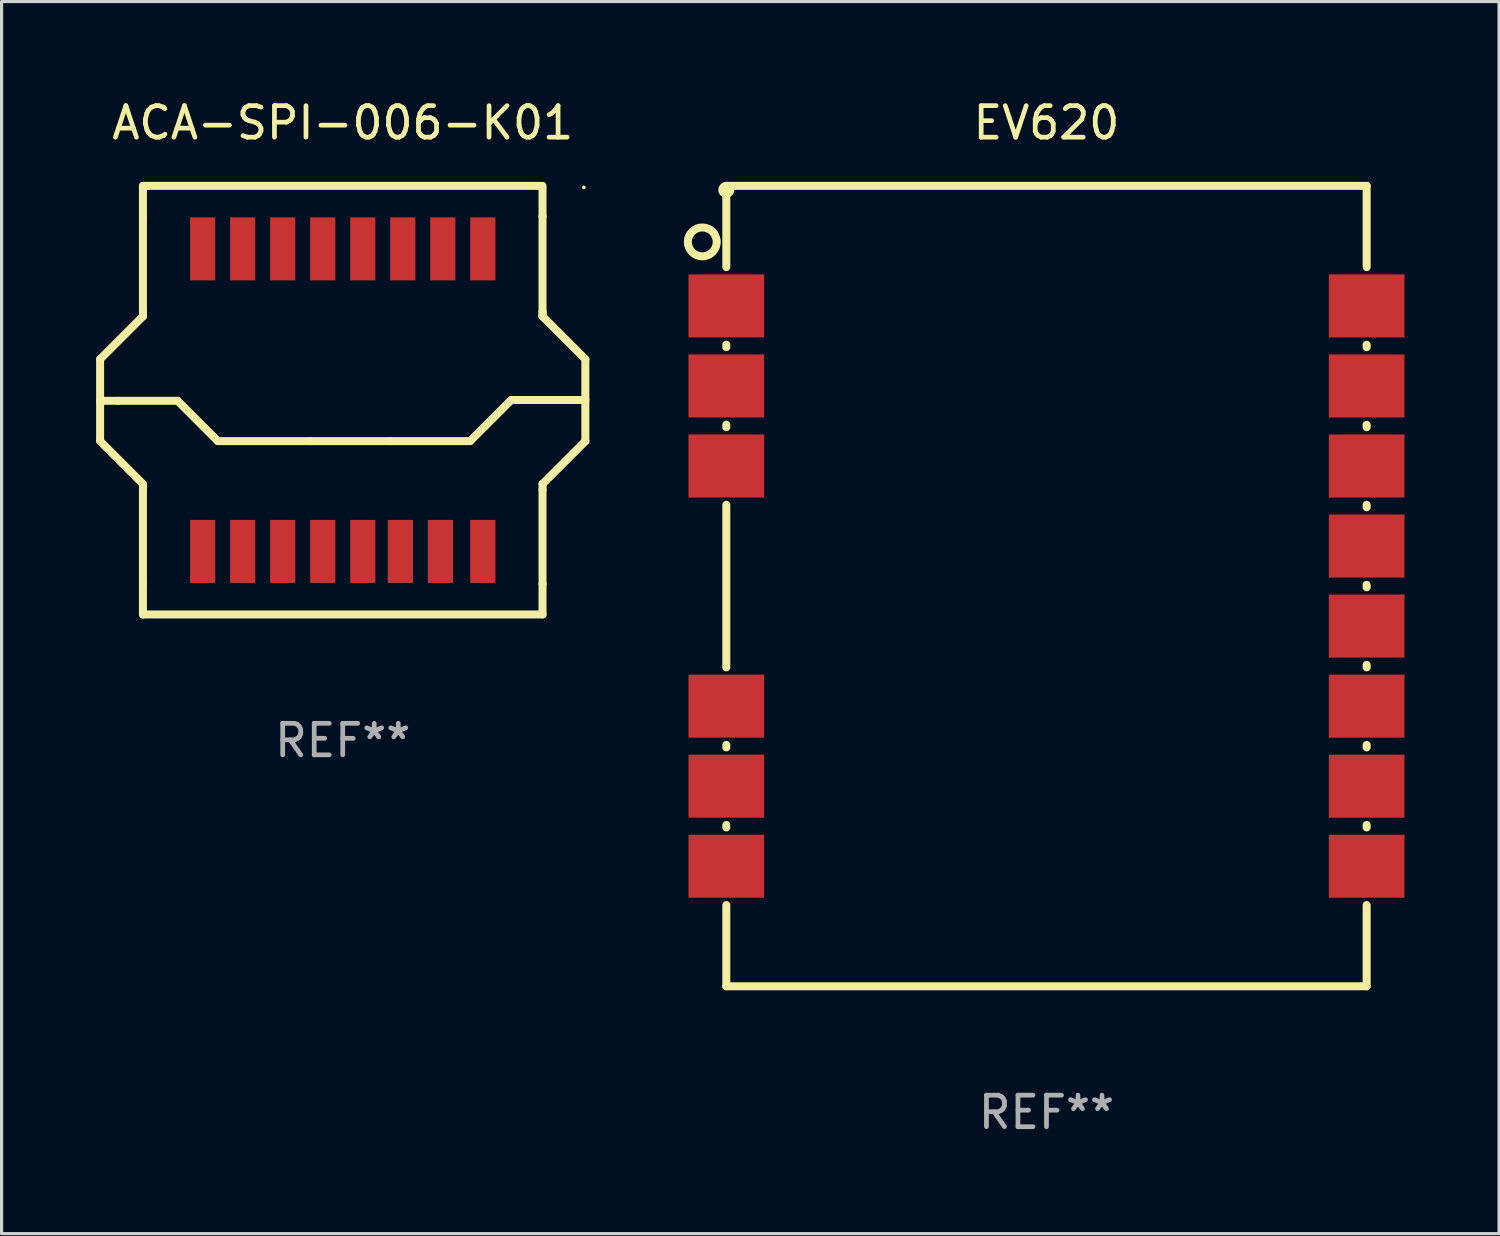
<source format=kicad_pcb>
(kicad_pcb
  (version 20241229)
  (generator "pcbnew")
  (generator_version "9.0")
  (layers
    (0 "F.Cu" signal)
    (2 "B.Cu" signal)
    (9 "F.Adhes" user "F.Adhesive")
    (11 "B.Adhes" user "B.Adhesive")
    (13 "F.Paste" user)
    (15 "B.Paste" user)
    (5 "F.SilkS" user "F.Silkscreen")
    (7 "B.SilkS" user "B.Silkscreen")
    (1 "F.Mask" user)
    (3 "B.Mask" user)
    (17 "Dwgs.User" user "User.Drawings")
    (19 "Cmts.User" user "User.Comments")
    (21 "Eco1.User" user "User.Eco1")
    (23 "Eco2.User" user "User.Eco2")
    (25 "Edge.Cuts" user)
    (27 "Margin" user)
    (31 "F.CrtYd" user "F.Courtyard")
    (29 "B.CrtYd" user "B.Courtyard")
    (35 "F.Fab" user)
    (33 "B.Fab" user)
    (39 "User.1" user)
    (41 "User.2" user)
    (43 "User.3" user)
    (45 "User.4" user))
  (footprint "EV620"
    (layer "F.Cu")
    (at 30.158 15.548)
    (property "Reference" "EV620" (at 0 -14.7 0) (layer "F.SilkS") (effects (font (size 1 1) (thickness 0.15))))
    (attr through_hole)
    (fp_line (start -10.16 -12.7) (end 10.16 -12.7) (stroke (width 0.254) (type solid)) (layer "F.SilkS"))
    (fp_line (start -10.16 -10.121) (end -10.16 -12.7) (stroke (width 0.254) (type solid)) (layer "F.SilkS"))
    (fp_line (start -10.16 -7.581) (end -10.16 -7.659) (stroke (width 0.254) (type solid)) (layer "F.SilkS"))
    (fp_line (start -10.16 -5.041) (end -10.16 -5.119) (stroke (width 0.254) (type solid)) (layer "F.SilkS"))
    (fp_line (start -10.16 2.579) (end -10.16 -2.579) (stroke (width 0.254) (type solid)) (layer "F.SilkS"))
    (fp_line (start -10.16 5.119) (end -10.16 5.041) (stroke (width 0.254) (type solid)) (layer "F.SilkS"))
    (fp_line (start -10.16 7.659) (end -10.16 7.581) (stroke (width 0.254) (type solid)) (layer "F.SilkS"))
    (fp_line (start -10.16 12.7) (end -10.16 10.122) (stroke (width 0.254) (type solid)) (layer "F.SilkS"))
    (fp_line (start 10.16 -12.7) (end 10.16 -10.121) (stroke (width 0.254) (type solid)) (layer "F.SilkS"))
    (fp_line (start 10.16 -7.659) (end 10.16 -7.581) (stroke (width 0.254) (type solid)) (layer "F.SilkS"))
    (fp_line (start 10.16 -5.119) (end 10.16 -5.041) (stroke (width 0.254) (type solid)) (layer "F.SilkS"))
    (fp_line (start 10.16 -2.579) (end 10.16 -2.501) (stroke (width 0.254) (type solid)) (layer "F.SilkS"))
    (fp_line (start 10.16 -0.039) (end 10.16 0.039) (stroke (width 0.254) (type solid)) (layer "F.SilkS"))
    (fp_line (start 10.16 2.501) (end 10.16 2.579) (stroke (width 0.254) (type solid)) (layer "F.SilkS"))
    (fp_line (start 10.16 5.041) (end 10.16 5.119) (stroke (width 0.254) (type solid)) (layer "F.SilkS"))
    (fp_line (start 10.16 7.581) (end 10.16 7.659) (stroke (width 0.254) (type solid)) (layer "F.SilkS"))
    (fp_line (start 10.16 10.122) (end 10.16 12.7) (stroke (width 0.254) (type solid)) (layer "F.SilkS"))
    (fp_line (start 10.16 12.7) (end -10.16 12.7) (stroke (width 0.254) (type solid)) (layer "F.SilkS"))
    (fp_circle (center -10.922 -10.922) (end -10.464 -10.922) (stroke (width 0.254) (type solid)) (fill no) (layer "F.SilkS"))
    (fp_circle (center -10.16 -12.573) (end -10.033 -12.573) (stroke (width 0.254) (type solid)) (fill no) (layer "F.SilkS"))
    (fp_text user "REF**" (at 0 16.7 0) (layer "F.Fab") (effects (font (size 1 1) (thickness 0.15))))
    (pad "1" smd rect (at -10.16 -8.89) (size 2.4 2) (layers "F.Cu" "F.Mask" "F.Paste"))
    (pad "2" smd rect (at -10.16 -6.35) (size 2.4 2) (layers "F.Cu" "F.Mask" "F.Paste"))
    (pad "3" smd rect (at -10.16 -3.81) (size 2.4 2) (layers "F.Cu" "F.Mask" "F.Paste"))
    (pad "4" smd rect (at -10.16 3.81) (size 2.4 2) (layers "F.Cu" "F.Mask" "F.Paste"))
    (pad "5" smd rect (at -10.16 6.35) (size 2.4 2) (layers "F.Cu" "F.Mask" "F.Paste"))
    (pad "6" smd rect (at -10.16 8.89) (size 2.4 2) (layers "F.Cu" "F.Mask" "F.Paste"))
    (pad "7" smd rect (at 10.16 8.89) (size 2.4 2) (layers "F.Cu" "F.Mask" "F.Paste"))
    (pad "8" smd rect (at 10.16 6.35) (size 2.4 2) (layers "F.Cu" "F.Mask" "F.Paste"))
    (pad "9" smd rect (at 10.16 3.81) (size 2.4 2) (layers "F.Cu" "F.Mask" "F.Paste"))
    (pad "10" smd rect (at 10.16 1.27) (size 2.4 2) (layers "F.Cu" "F.Mask" "F.Paste"))
    (pad "11" smd rect (at 10.16 -1.27) (size 2.4 2) (layers "F.Cu" "F.Mask" "F.Paste"))
    (pad "12" smd rect (at 10.16 -3.81) (size 2.4 2) (layers "F.Cu" "F.Mask" "F.Paste"))
    (pad "13" smd rect (at 10.16 -6.35) (size 2.4 2) (layers "F.Cu" "F.Mask" "F.Paste"))
    (pad "14" smd rect (at 10.16 -8.89) (size 2.4 2) (layers "F.Cu" "F.Mask" "F.Paste")))
  (footprint "ACA-SPI-006-K01"
    (layer "F.Cu")
    (at 7.826 9.648)
    (property "Reference" "ACA-SPI-006-K01" (at 0 -8.8 0) (layer "F.SilkS") (effects (font (size 1 1) (thickness 0.15))))
    (attr through_hole)
    (fp_line (start -7.699 -1.3) (end -6.34 -2.659) (stroke (width 0.254) (type solid)) (layer "F.SilkS"))
    (fp_line (start -7.699 1.3) (end -7.699 -1.3) (stroke (width 0.254) (type solid)) (layer "F.SilkS"))
    (fp_line (start -7.699 1.3) (end -6.34 2.659) (stroke (width 0.254) (type solid)) (layer "F.SilkS"))
    (fp_line (start -7.14 0.021) (end -7.699 0.021) (stroke (width 0.254) (type solid)) (layer "F.SilkS"))
    (fp_line (start -7.14 0.02) (end -5.24 0.02) (stroke (width 0.254) (type solid)) (layer "F.SilkS"))
    (fp_line (start -6.34 -6.8) (end 6.299 -6.8) (stroke (width 0.254) (type solid)) (layer "F.SilkS"))
    (fp_line (start -6.34 -5.829) (end -6.34 -6.8) (stroke (width 0.254) (type solid)) (layer "F.SilkS"))
    (fp_line (start -6.34 -2.845) (end -6.34 -5.829) (stroke (width 0.254) (type solid)) (layer "F.SilkS"))
    (fp_line (start -6.34 -2.659) (end -6.34 -2.845) (stroke (width 0.254) (type solid)) (layer "F.SilkS"))
    (fp_line (start -6.34 2.659) (end -6.34 2.824) (stroke (width 0.254) (type solid)) (layer "F.SilkS"))
    (fp_line (start -6.34 2.824) (end -6.34 5.829) (stroke (width 0.254) (type solid)) (layer "F.SilkS"))
    (fp_line (start -6.34 6.8) (end -6.34 5.829) (stroke (width 0.254) (type solid)) (layer "F.SilkS"))
    (fp_line (start -5.24 0.02) (end -3.962 1.3) (stroke (width 0.254) (type solid)) (layer "F.SilkS"))
    (fp_line (start -3.962 1.3) (end -1.039 1.3) (stroke (width 0.254) (type solid)) (layer "F.SilkS"))
    (fp_line (start -1.04 1.3) (end 1.5 1.3) (stroke (width 0.254) (type solid)) (layer "F.SilkS"))
    (fp_line (start 1.5 1.3) (end 4.04 1.3) (stroke (width 0.254) (type solid)) (layer "F.SilkS"))
    (fp_line (start 4.04 1.3) (end 5.344 -0.004) (stroke (width 0.254) (type solid)) (layer "F.SilkS"))
    (fp_line (start 5.344 -0.004) (end 7.14 -0.004) (stroke (width 0.254) (type solid)) (layer "F.SilkS"))
    (fp_line (start 6.34 -2.659) (end 6.34 -2.824) (stroke (width 0.254) (type solid)) (layer "F.SilkS"))
    (fp_line (start 6.34 2.659) (end 6.34 2.845) (stroke (width 0.254) (type solid)) (layer "F.SilkS"))
    (fp_line (start 6.34 2.845) (end 6.34 5.829) (stroke (width 0.254) (type solid)) (layer "F.SilkS"))
    (fp_line (start 6.34 5.829) (end 6.34 6.8) (stroke (width 0.254) (type solid)) (layer "F.SilkS"))
    (fp_line (start 6.34 6.8) (end -6.34 6.8) (stroke (width 0.254) (type solid)) (layer "F.SilkS"))
    (fp_line (start 6.34 -5.83) (end 6.34 -2.659) (stroke (width 0.254) (type solid)) (layer "F.SilkS"))
    (fp_line (start 6.34 -5.83) (end 6.34 -6.8) (stroke (width 0.254) (type solid)) (layer "F.SilkS"))
    (fp_line (start 7.14 -0.004) (end 7.699 -0.004) (stroke (width 0.254) (type solid)) (layer "F.SilkS"))
    (fp_line (start 7.699 -1.3) (end 6.34 -2.659) (stroke (width 0.254) (type solid)) (layer "F.SilkS"))
    (fp_line (start 7.699 -1.3) (end 7.699 1.3) (stroke (width 0.254) (type solid)) (layer "F.SilkS"))
    (fp_line (start 7.699 1.3) (end 6.34 2.659) (stroke (width 0.254) (type solid)) (layer "F.SilkS"))
    (fp_circle (center 7.65 -6.75) (end 7.68 -6.75) (stroke (width 0.06) (type solid)) (fill no) (layer "F.SilkS"))
    (fp_text user "REF**" (at 0 10.8 0) (layer "F.Fab") (effects (font (size 1 1) (thickness 0.15))))
    (pad "1" smd rect (at 4.445 -4.8 90) (size 2 0.8) (layers "F.Cu" "F.Mask" "F.Paste"))
    (pad "2" smd rect (at 3.175 -4.8 90) (size 2 0.8) (layers "F.Cu" "F.Mask" "F.Paste"))
    (pad "3" smd rect (at 1.905 -4.8 90) (size 2 0.8) (layers "F.Cu" "F.Mask" "F.Paste"))
    (pad "4" smd rect (at 0.635 -4.8 90) (size 2 0.8) (layers "F.Cu" "F.Mask" "F.Paste"))
    (pad "5" smd rect (at -0.635 -4.8 90) (size 2 0.8) (layers "F.Cu" "F.Mask" "F.Paste"))
    (pad "6" smd rect (at -1.905 -4.8 90) (size 2 0.8) (layers "F.Cu" "F.Mask" "F.Paste"))
    (pad "7" smd rect (at -3.175 -4.8 90) (size 2 0.8) (layers "F.Cu" "F.Mask" "F.Paste"))
    (pad "8" smd rect (at -4.445 -4.8 90) (size 2 0.8) (layers "F.Cu" "F.Mask" "F.Paste"))
    (pad "9" smd rect (at -4.445 4.8 90) (size 2 0.8) (layers "F.Cu" "F.Mask" "F.Paste"))
    (pad "10" smd rect (at -3.175 4.8 90) (size 2 0.8) (layers "F.Cu" "F.Mask" "F.Paste"))
    (pad "11" smd rect (at -1.905 4.8 90) (size 2 0.8) (layers "F.Cu" "F.Mask" "F.Paste"))
    (pad "12" smd rect (at -0.635 4.8 90) (size 2 0.8) (layers "F.Cu" "F.Mask" "F.Paste"))
    (pad "13" smd rect (at 0.635 4.8 90) (size 2 0.8) (layers "F.Cu" "F.Mask" "F.Paste"))
    (pad "14" smd rect (at 1.83 4.8 90) (size 2 0.8) (layers "F.Cu" "F.Mask" "F.Paste"))
    (pad "15" smd rect (at 3.1 4.8 90) (size 2 0.8) (layers "F.Cu" "F.Mask" "F.Paste"))
    (pad "16" smd rect (at 4.445 4.8 90) (size 2 0.8) (layers "F.Cu" "F.Mask" "F.Paste")))
  (gr_rect
    (start -3 -3)
    (end 44.519 36.097)
    (stroke (width 0.1) (type default))
    (fill no)
    (layer "Edge.Cuts")))
</source>
